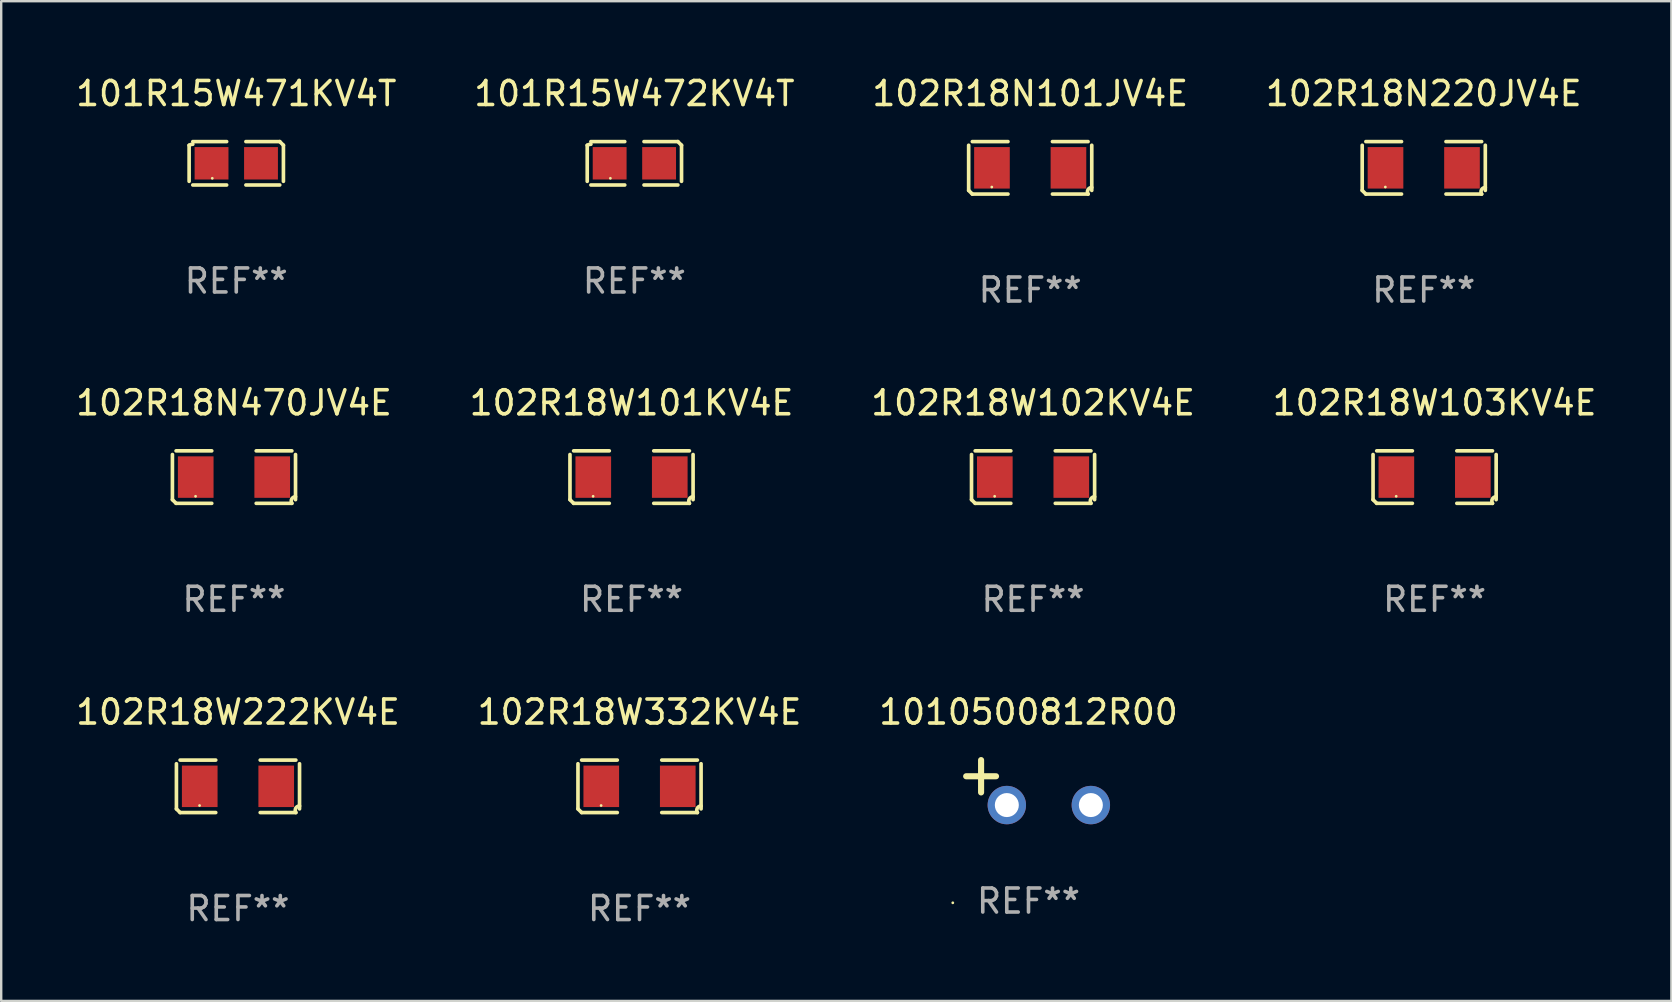
<source format=kicad_pcb>
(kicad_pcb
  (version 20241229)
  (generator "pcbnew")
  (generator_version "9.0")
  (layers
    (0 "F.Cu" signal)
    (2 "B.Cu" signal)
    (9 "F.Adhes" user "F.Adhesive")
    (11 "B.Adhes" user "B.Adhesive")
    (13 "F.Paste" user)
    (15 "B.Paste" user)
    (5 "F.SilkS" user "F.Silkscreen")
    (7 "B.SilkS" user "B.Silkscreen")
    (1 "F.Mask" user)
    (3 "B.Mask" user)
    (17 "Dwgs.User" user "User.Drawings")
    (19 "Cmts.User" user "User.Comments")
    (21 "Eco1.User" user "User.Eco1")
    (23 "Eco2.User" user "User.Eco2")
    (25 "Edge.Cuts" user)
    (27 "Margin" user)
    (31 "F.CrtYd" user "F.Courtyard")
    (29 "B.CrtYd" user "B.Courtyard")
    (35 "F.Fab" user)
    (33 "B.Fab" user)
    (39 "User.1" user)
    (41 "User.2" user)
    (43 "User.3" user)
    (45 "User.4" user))
  (footprint "101R15W472KV4T"
    (layer "F.Cu")
    (at 23.375 3.752)
    (property "Reference" "101R15W472KV4T" (at 0 -2.904 0) (layer "F.SilkS") (effects (font (size 1 1) (thickness 0.15))))
    (attr through_hole)
    (fp_line (start -1.964 0.751) (end -1.964 -0.751) (stroke (width 0.152) (type solid)) (layer "F.SilkS"))
    (fp_line (start -1.811 -0.904) (end -0.401 -0.904) (stroke (width 0.152) (type solid)) (layer "F.SilkS"))
    (fp_line (start -0.401 0.904) (end -1.811 0.904) (stroke (width 0.152) (type solid)) (layer "F.SilkS"))
    (fp_line (start 0.401 0.904) (end 1.811 0.904) (stroke (width 0.152) (type solid)) (layer "F.SilkS"))
    (fp_line (start 1.811 -0.904) (end 0.401 -0.904) (stroke (width 0.152) (type solid)) (layer "F.SilkS"))
    (fp_line (start 1.964 0.751) (end 1.964 -0.751) (stroke (width 0.152) (type solid)) (layer "F.SilkS"))
    (fp_arc (start -1.963602 -0.751207) (mid -1.890354 -0.783131) (end -1.811201 -0.794044) (stroke (width 0.1524) (type solid)) (layer "F.SilkS"))
    (fp_arc (start 1.811202 -0.903607) (mid 1.887413 -0.827418) (end 1.963602 -0.751207) (stroke (width 0.1524) (type solid)) (layer "F.SilkS"))
    (fp_circle (center -1 0.625) (end -0.97 0.625) (stroke (width 0.06) (type solid)) (fill no) (layer "F.SilkS"))
    (fp_text user "REF**" (at 0 4.904 0) (layer "F.Fab") (effects (font (size 1 1) (thickness 0.15))))
    (pad "1" smd rect (at -1.03 0) (size 1.41 1.35) (layers "F.Cu" "F.Mask" "F.Paste"))
    (pad "2" smd rect (at 1.03 0) (size 1.41 1.35) (layers "F.Cu" "F.Mask" "F.Paste")))
  (footprint "102R18N470JV4E"
    (layer "F.Cu")
    (at 6.696 16.823)
    (property "Reference" "102R18N470JV4E" (at 0 -3.093 0) (layer "F.SilkS") (effects (font (size 1 1) (thickness 0.15))))
    (attr through_hole)
    (fp_line (start -2.564 0.94) (end -2.564 -0.94) (stroke (width 0.152) (type solid)) (layer "F.SilkS"))
    (fp_line (start -2.411 -1.093) (end -0.926 -1.093) (stroke (width 0.152) (type solid)) (layer "F.SilkS"))
    (fp_line (start -0.926 1.093) (end -2.411 1.093) (stroke (width 0.152) (type solid)) (layer "F.SilkS"))
    (fp_line (start 0.926 1.093) (end 2.411 1.093) (stroke (width 0.152) (type solid)) (layer "F.SilkS"))
    (fp_line (start 2.411 -1.093) (end 0.926 -1.093) (stroke (width 0.152) (type solid)) (layer "F.SilkS"))
    (fp_line (start 2.564 0.94) (end 2.564 -0.94) (stroke (width 0.152) (type solid)) (layer "F.SilkS"))
    (fp_arc (start -2.411201 1.092609) (mid -2.487413 1.01642) (end -2.563602 0.940208) (stroke (width 0.1524) (type solid)) (layer "F.SilkS"))
    (fp_arc (start 2.411201 1.092609) (mid 2.407159 0.911226) (end 2.563602 0.819347) (stroke (width 0.1524) (type solid)) (layer "F.SilkS"))
    (fp_circle (center -1.6 0.8) (end -1.57 0.8) (stroke (width 0.06) (type solid)) (fill no) (layer "F.SilkS"))
    (fp_text user "REF**" (at 0 5.093 0) (layer "F.Fab") (effects (font (size 1 1) (thickness 0.15))))
    (pad "1" smd rect (at -1.593 0) (size 1.485 1.728) (layers "F.Cu" "F.Mask" "F.Paste"))
    (pad "2" smd rect (at 1.593 0) (size 1.485 1.728) (layers "F.Cu" "F.Mask" "F.Paste")))
  (footprint "102R18W222KV4E"
    (layer "F.Cu")
    (at 6.863 29.704)
    (property "Reference" "102R18W222KV4E" (at 0 -3.093 0) (layer "F.SilkS") (effects (font (size 1 1) (thickness 0.15))))
    (attr through_hole)
    (fp_line (start -2.564 0.94) (end -2.564 -0.94) (stroke (width 0.152) (type solid)) (layer "F.SilkS"))
    (fp_line (start -2.411 -1.093) (end -0.926 -1.093) (stroke (width 0.152) (type solid)) (layer "F.SilkS"))
    (fp_line (start -0.926 1.093) (end -2.411 1.093) (stroke (width 0.152) (type solid)) (layer "F.SilkS"))
    (fp_line (start 0.926 1.093) (end 2.411 1.093) (stroke (width 0.152) (type solid)) (layer "F.SilkS"))
    (fp_line (start 2.411 -1.093) (end 0.926 -1.093) (stroke (width 0.152) (type solid)) (layer "F.SilkS"))
    (fp_line (start 2.564 0.94) (end 2.564 -0.94) (stroke (width 0.152) (type solid)) (layer "F.SilkS"))
    (fp_arc (start -2.411201 1.092609) (mid -2.487413 1.01642) (end -2.563602 0.940208) (stroke (width 0.1524) (type solid)) (layer "F.SilkS"))
    (fp_arc (start 2.411201 1.092609) (mid 2.407159 0.911226) (end 2.563602 0.819347) (stroke (width 0.1524) (type solid)) (layer "F.SilkS"))
    (fp_circle (center -1.6 0.8) (end -1.57 0.8) (stroke (width 0.06) (type solid)) (fill no) (layer "F.SilkS"))
    (fp_text user "REF**" (at 0 5.093 0) (layer "F.Fab") (effects (font (size 1 1) (thickness 0.15))))
    (pad "1" smd rect (at -1.593 0) (size 1.485 1.728) (layers "F.Cu" "F.Mask" "F.Paste"))
    (pad "2" smd rect (at 1.593 0) (size 1.485 1.728) (layers "F.Cu" "F.Mask" "F.Paste")))
  (footprint "102R18W103KV4E"
    (layer "F.Cu")
    (at 56.708 16.823)
    (property "Reference" "102R18W103KV4E" (at 0 -3.093 0) (layer "F.SilkS") (effects (font (size 1 1) (thickness 0.15))))
    (attr through_hole)
    (fp_line (start -2.564 0.94) (end -2.564 -0.94) (stroke (width 0.152) (type solid)) (layer "F.SilkS"))
    (fp_line (start -2.411 -1.093) (end -0.926 -1.093) (stroke (width 0.152) (type solid)) (layer "F.SilkS"))
    (fp_line (start -0.926 1.093) (end -2.411 1.093) (stroke (width 0.152) (type solid)) (layer "F.SilkS"))
    (fp_line (start 0.926 1.093) (end 2.411 1.093) (stroke (width 0.152) (type solid)) (layer "F.SilkS"))
    (fp_line (start 2.411 -1.093) (end 0.926 -1.093) (stroke (width 0.152) (type solid)) (layer "F.SilkS"))
    (fp_line (start 2.564 0.94) (end 2.564 -0.94) (stroke (width 0.152) (type solid)) (layer "F.SilkS"))
    (fp_arc (start -2.411201 1.092609) (mid -2.487413 1.01642) (end -2.563602 0.940208) (stroke (width 0.1524) (type solid)) (layer "F.SilkS"))
    (fp_arc (start 2.411201 1.092609) (mid 2.407159 0.911226) (end 2.563602 0.819347) (stroke (width 0.1524) (type solid)) (layer "F.SilkS"))
    (fp_circle (center -1.6 0.8) (end -1.57 0.8) (stroke (width 0.06) (type solid)) (fill no) (layer "F.SilkS"))
    (fp_text user "REF**" (at 0 5.093 0) (layer "F.Fab") (effects (font (size 1 1) (thickness 0.15))))
    (pad "1" smd rect (at -1.593 0) (size 1.485 1.728) (layers "F.Cu" "F.Mask" "F.Paste"))
    (pad "2" smd rect (at 1.593 0) (size 1.485 1.728) (layers "F.Cu" "F.Mask" "F.Paste")))
  (footprint "102R18W332KV4E"
    (layer "F.Cu")
    (at 23.589 29.704)
    (property "Reference" "102R18W332KV4E" (at 0 -3.093 0) (layer "F.SilkS") (effects (font (size 1 1) (thickness 0.15))))
    (attr through_hole)
    (fp_line (start -2.564 0.94) (end -2.564 -0.94) (stroke (width 0.152) (type solid)) (layer "F.SilkS"))
    (fp_line (start -2.411 -1.093) (end -0.926 -1.093) (stroke (width 0.152) (type solid)) (layer "F.SilkS"))
    (fp_line (start -0.926 1.093) (end -2.411 1.093) (stroke (width 0.152) (type solid)) (layer "F.SilkS"))
    (fp_line (start 0.926 1.093) (end 2.411 1.093) (stroke (width 0.152) (type solid)) (layer "F.SilkS"))
    (fp_line (start 2.411 -1.093) (end 0.926 -1.093) (stroke (width 0.152) (type solid)) (layer "F.SilkS"))
    (fp_line (start 2.564 0.94) (end 2.564 -0.94) (stroke (width 0.152) (type solid)) (layer "F.SilkS"))
    (fp_arc (start -2.411201 1.092609) (mid -2.487413 1.01642) (end -2.563602 0.940208) (stroke (width 0.1524) (type solid)) (layer "F.SilkS"))
    (fp_arc (start 2.411201 1.092609) (mid 2.407159 0.911226) (end 2.563602 0.819347) (stroke (width 0.1524) (type solid)) (layer "F.SilkS"))
    (fp_circle (center -1.6 0.8) (end -1.57 0.8) (stroke (width 0.06) (type solid)) (fill no) (layer "F.SilkS"))
    (fp_text user "REF**" (at 0 5.093 0) (layer "F.Fab") (effects (font (size 1 1) (thickness 0.15))))
    (pad "1" smd rect (at -1.593 0) (size 1.485 1.728) (layers "F.Cu" "F.Mask" "F.Paste"))
    (pad "2" smd rect (at 1.593 0) (size 1.485 1.728) (layers "F.Cu" "F.Mask" "F.Paste")))
  (footprint "101R15W471KV4T"
    (layer "F.Cu")
    (at 6.792 3.752)
    (property "Reference" "101R15W471KV4T" (at 0 -2.904 0) (layer "F.SilkS") (effects (font (size 1 1) (thickness 0.15))))
    (attr through_hole)
    (fp_line (start -1.964 0.751) (end -1.964 -0.751) (stroke (width 0.152) (type solid)) (layer "F.SilkS"))
    (fp_line (start -1.811 -0.904) (end -0.401 -0.904) (stroke (width 0.152) (type solid)) (layer "F.SilkS"))
    (fp_line (start -0.401 0.904) (end -1.811 0.904) (stroke (width 0.152) (type solid)) (layer "F.SilkS"))
    (fp_line (start 0.401 0.904) (end 1.811 0.904) (stroke (width 0.152) (type solid)) (layer "F.SilkS"))
    (fp_line (start 1.811 -0.904) (end 0.401 -0.904) (stroke (width 0.152) (type solid)) (layer "F.SilkS"))
    (fp_line (start 1.964 0.751) (end 1.964 -0.751) (stroke (width 0.152) (type solid)) (layer "F.SilkS"))
    (fp_arc (start -1.963602 -0.751207) (mid -1.890354 -0.783131) (end -1.811201 -0.794044) (stroke (width 0.1524) (type solid)) (layer "F.SilkS"))
    (fp_arc (start 1.811202 -0.903607) (mid 1.887413 -0.827418) (end 1.963602 -0.751207) (stroke (width 0.1524) (type solid)) (layer "F.SilkS"))
    (fp_circle (center -1 0.625) (end -0.97 0.625) (stroke (width 0.06) (type solid)) (fill no) (layer "F.SilkS"))
    (fp_text user "REF**" (at 0 4.904 0) (layer "F.Fab") (effects (font (size 1 1) (thickness 0.15))))
    (pad "1" smd rect (at -1.03 0) (size 1.41 1.35) (layers "F.Cu" "F.Mask" "F.Paste"))
    (pad "2" smd rect (at 1.03 0) (size 1.41 1.35) (layers "F.Cu" "F.Mask" "F.Paste")))
  (footprint "102R18W101KV4E"
    (layer "F.Cu")
    (at 23.256 16.823)
    (property "Reference" "102R18W101KV4E" (at 0 -3.093 0) (layer "F.SilkS") (effects (font (size 1 1) (thickness 0.15))))
    (attr through_hole)
    (fp_line (start -2.564 0.94) (end -2.564 -0.94) (stroke (width 0.152) (type solid)) (layer "F.SilkS"))
    (fp_line (start -2.411 -1.093) (end -0.926 -1.093) (stroke (width 0.152) (type solid)) (layer "F.SilkS"))
    (fp_line (start -0.926 1.093) (end -2.411 1.093) (stroke (width 0.152) (type solid)) (layer "F.SilkS"))
    (fp_line (start 0.926 1.093) (end 2.411 1.093) (stroke (width 0.152) (type solid)) (layer "F.SilkS"))
    (fp_line (start 2.411 -1.093) (end 0.926 -1.093) (stroke (width 0.152) (type solid)) (layer "F.SilkS"))
    (fp_line (start 2.564 0.94) (end 2.564 -0.94) (stroke (width 0.152) (type solid)) (layer "F.SilkS"))
    (fp_arc (start -2.411201 1.092609) (mid -2.487413 1.01642) (end -2.563602 0.940208) (stroke (width 0.1524) (type solid)) (layer "F.SilkS"))
    (fp_arc (start 2.411201 1.092609) (mid 2.407159 0.911226) (end 2.563602 0.819347) (stroke (width 0.1524) (type solid)) (layer "F.SilkS"))
    (fp_circle (center -1.6 0.8) (end -1.57 0.8) (stroke (width 0.06) (type solid)) (fill no) (layer "F.SilkS"))
    (fp_text user "REF**" (at 0 5.093 0) (layer "F.Fab") (effects (font (size 1 1) (thickness 0.15))))
    (pad "1" smd rect (at -1.593 0) (size 1.485 1.728) (layers "F.Cu" "F.Mask" "F.Paste"))
    (pad "2" smd rect (at 1.593 0) (size 1.485 1.728) (layers "F.Cu" "F.Mask" "F.Paste")))
  (footprint "102R18W102KV4E"
    (layer "F.Cu")
    (at 39.982 16.823)
    (property "Reference" "102R18W102KV4E" (at 0 -3.093 0) (layer "F.SilkS") (effects (font (size 1 1) (thickness 0.15))))
    (attr through_hole)
    (fp_line (start -2.564 0.94) (end -2.564 -0.94) (stroke (width 0.152) (type solid)) (layer "F.SilkS"))
    (fp_line (start -2.411 -1.093) (end -0.926 -1.093) (stroke (width 0.152) (type solid)) (layer "F.SilkS"))
    (fp_line (start -0.926 1.093) (end -2.411 1.093) (stroke (width 0.152) (type solid)) (layer "F.SilkS"))
    (fp_line (start 0.926 1.093) (end 2.411 1.093) (stroke (width 0.152) (type solid)) (layer "F.SilkS"))
    (fp_line (start 2.411 -1.093) (end 0.926 -1.093) (stroke (width 0.152) (type solid)) (layer "F.SilkS"))
    (fp_line (start 2.564 0.94) (end 2.564 -0.94) (stroke (width 0.152) (type solid)) (layer "F.SilkS"))
    (fp_arc (start -2.411201 1.092609) (mid -2.487413 1.01642) (end -2.563602 0.940208) (stroke (width 0.1524) (type solid)) (layer "F.SilkS"))
    (fp_arc (start 2.411201 1.092609) (mid 2.407159 0.911226) (end 2.563602 0.819347) (stroke (width 0.1524) (type solid)) (layer "F.SilkS"))
    (fp_circle (center -1.6 0.8) (end -1.57 0.8) (stroke (width 0.06) (type solid)) (fill no) (layer "F.SilkS"))
    (fp_text user "REF**" (at 0 5.093 0) (layer "F.Fab") (effects (font (size 1 1) (thickness 0.15))))
    (pad "1" smd rect (at -1.593 0) (size 1.485 1.728) (layers "F.Cu" "F.Mask" "F.Paste"))
    (pad "2" smd rect (at 1.593 0) (size 1.485 1.728) (layers "F.Cu" "F.Mask" "F.Paste")))
  (footprint "102R18N101JV4E"
    (layer "F.Cu")
    (at 39.863 3.941)
    (property "Reference" "102R18N101JV4E" (at 0 -3.093 0) (layer "F.SilkS") (effects (font (size 1 1) (thickness 0.15))))
    (attr through_hole)
    (fp_line (start -2.564 0.94) (end -2.564 -0.94) (stroke (width 0.152) (type solid)) (layer "F.SilkS"))
    (fp_line (start -2.411 -1.093) (end -0.926 -1.093) (stroke (width 0.152) (type solid)) (layer "F.SilkS"))
    (fp_line (start -0.926 1.093) (end -2.411 1.093) (stroke (width 0.152) (type solid)) (layer "F.SilkS"))
    (fp_line (start 0.926 1.093) (end 2.411 1.093) (stroke (width 0.152) (type solid)) (layer "F.SilkS"))
    (fp_line (start 2.411 -1.093) (end 0.926 -1.093) (stroke (width 0.152) (type solid)) (layer "F.SilkS"))
    (fp_line (start 2.564 0.94) (end 2.564 -0.94) (stroke (width 0.152) (type solid)) (layer "F.SilkS"))
    (fp_arc (start -2.411201 1.092609) (mid -2.487413 1.01642) (end -2.563602 0.940208) (stroke (width 0.1524) (type solid)) (layer "F.SilkS"))
    (fp_arc (start 2.411201 1.092609) (mid 2.407159 0.911226) (end 2.563602 0.819347) (stroke (width 0.1524) (type solid)) (layer "F.SilkS"))
    (fp_circle (center -1.6 0.8) (end -1.57 0.8) (stroke (width 0.06) (type solid)) (fill no) (layer "F.SilkS"))
    (fp_text user "REF**" (at 0 5.093 0) (layer "F.Fab") (effects (font (size 1 1) (thickness 0.15))))
    (pad "1" smd rect (at -1.593 0) (size 1.485 1.728) (layers "F.Cu" "F.Mask" "F.Paste"))
    (pad "2" smd rect (at 1.593 0) (size 1.485 1.728) (layers "F.Cu" "F.Mask" "F.Paste")))
  (footprint "102R18N220JV4E"
    (layer "F.Cu")
    (at 56.256 3.941)
    (property "Reference" "102R18N220JV4E" (at 0 -3.093 0) (layer "F.SilkS") (effects (font (size 1 1) (thickness 0.15))))
    (attr through_hole)
    (fp_line (start -2.564 0.94) (end -2.564 -0.94) (stroke (width 0.152) (type solid)) (layer "F.SilkS"))
    (fp_line (start -2.411 -1.093) (end -0.926 -1.093) (stroke (width 0.152) (type solid)) (layer "F.SilkS"))
    (fp_line (start -0.926 1.093) (end -2.411 1.093) (stroke (width 0.152) (type solid)) (layer "F.SilkS"))
    (fp_line (start 0.926 1.093) (end 2.411 1.093) (stroke (width 0.152) (type solid)) (layer "F.SilkS"))
    (fp_line (start 2.411 -1.093) (end 0.926 -1.093) (stroke (width 0.152) (type solid)) (layer "F.SilkS"))
    (fp_line (start 2.564 0.94) (end 2.564 -0.94) (stroke (width 0.152) (type solid)) (layer "F.SilkS"))
    (fp_arc (start -2.411201 1.092609) (mid -2.487413 1.01642) (end -2.563602 0.940208) (stroke (width 0.1524) (type solid)) (layer "F.SilkS"))
    (fp_arc (start 2.411201 1.092609) (mid 2.407159 0.911226) (end 2.563602 0.819347) (stroke (width 0.1524) (type solid)) (layer "F.SilkS"))
    (fp_circle (center -1.6 0.8) (end -1.57 0.8) (stroke (width 0.06) (type solid)) (fill no) (layer "F.SilkS"))
    (fp_text user "REF**" (at 0 5.093 0) (layer "F.Fab") (effects (font (size 1 1) (thickness 0.15))))
    (pad "1" smd rect (at -1.593 0) (size 1.485 1.728) (layers "F.Cu" "F.Mask" "F.Paste"))
    (pad "2" smd rect (at 1.593 0) (size 1.485 1.728) (layers "F.Cu" "F.Mask" "F.Paste")))
  (footprint "1010500812R00"
    (layer "F.Cu")
    (at 39.792 29.548)
    (property "Reference" "1010500812R00" (at 0 -2.937 0) (layer "F.SilkS") (effects (font (size 1 1) (thickness 0.15))))
    (attr through_hole)
    (fp_line (start -1.975 0.41) (end -1.975 -0.937) (stroke (width 0.254) (type solid)) (layer "F.SilkS"))
    (fp_line (start -1.353 -0.263) (end -2.597 -0.263) (stroke (width 0.254) (type solid)) (layer "F.SilkS"))
    (fp_arc (start 0.849809 -3.063957) (mid 0.885369 -3.064114) (end 0.920929 -3.063957) (stroke (width 0.254001) (type solid)) (layer "F.SilkS"))
    (fp_circle (center -3.154 5.008) (end -3.124 5.008) (stroke (width 0.06) (type solid)) (fill no) (layer "F.SilkS"))
    (fp_text user "REF**" (at 0 4.937 0) (layer "F.Fab") (effects (font (size 1 1) (thickness 0.15))))
    (pad "1" thru_hole circle (at -0.903 0.937) (size 1.6 1.6) (drill 1) (layers "*.Cu" "*.Mask"))
    (pad "2" thru_hole circle (at 2.597 0.937) (size 1.6 1.6) (drill 1) (layers "*.Cu" "*.Mask")))
  (gr_rect
    (start -3 -3)
    (end 66.571 38.645)
    (stroke (width 0.1) (type default))
    (fill no)
    (layer "Edge.Cuts")))
</source>
